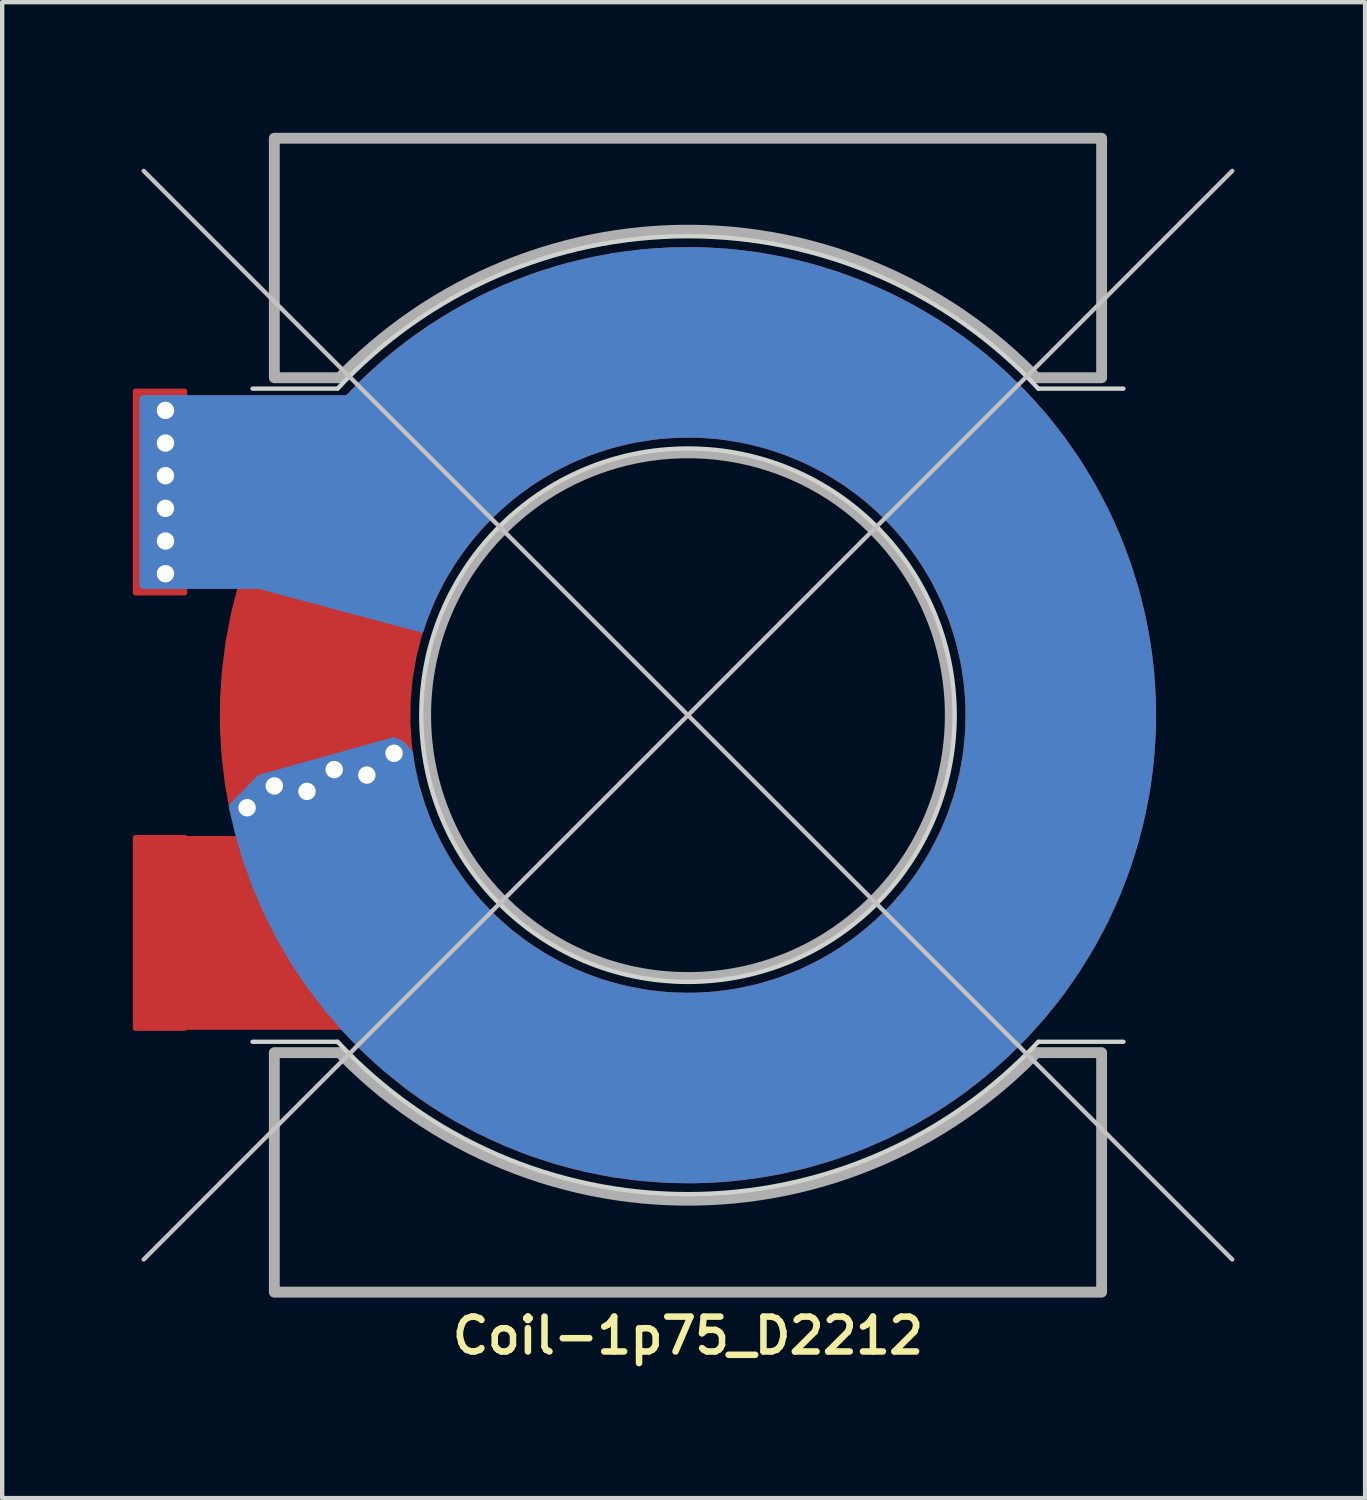
<source format=kicad_pcb>
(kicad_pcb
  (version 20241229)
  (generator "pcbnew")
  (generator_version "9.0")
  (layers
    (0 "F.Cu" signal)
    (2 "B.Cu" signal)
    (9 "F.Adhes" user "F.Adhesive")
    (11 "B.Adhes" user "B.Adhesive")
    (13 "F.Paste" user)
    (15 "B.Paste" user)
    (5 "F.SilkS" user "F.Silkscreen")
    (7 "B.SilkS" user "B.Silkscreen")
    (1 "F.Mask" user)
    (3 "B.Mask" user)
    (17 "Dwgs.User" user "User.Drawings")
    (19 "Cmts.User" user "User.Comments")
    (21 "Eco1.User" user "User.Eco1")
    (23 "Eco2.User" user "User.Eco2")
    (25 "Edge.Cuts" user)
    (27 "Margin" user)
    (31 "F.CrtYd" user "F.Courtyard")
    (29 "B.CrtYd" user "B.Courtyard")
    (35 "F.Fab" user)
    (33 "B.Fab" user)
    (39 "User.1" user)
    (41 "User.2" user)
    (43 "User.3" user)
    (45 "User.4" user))
  (footprint "Coil-1p75_D2212"
    (layer "F.Cu")
    (at 12.75 13.375)
    (property "Reference" "Coil-1p75_D2212" (at 0 14.25 0) (unlocked yes) (layer "F.SilkS") (effects (font (size 0.8 0.8) (thickness 0.15))))
    (attr through_hole)
    (fp_rect (start -11.75 2.875) (end -7.5 7.125) (stroke (width 0.2) (type solid)) (fill yes) (layer "F.Cu"))
    (fp_poly (pts (xy -6.158 1.65) (xy -6.09 1.893) (xy -5.922 2.368) (xy -5.716 2.828) (xy -5.475 3.27) (xy -5.2 3.692) (xy -4.892 4.091) (xy -4.554 4.465) (xy -4.187 4.811) (xy -3.794 5.126) (xy -3.378 5.41) (xy -2.94 5.659) (xy -2.484 5.874) (xy -2.012 6.052) (xy -1.528 6.192) (xy -1.035 6.293) (xy -0.535 6.355) (xy -0.031 6.377) (xy 0.473 6.36) (xy 0.973 6.303) (xy 1.468 6.206) (xy 1.953 6.071) (xy 2.426 5.898) (xy 2.885 5.688) (xy 3.325 5.442) (xy 3.744 5.163) (xy 4.14 4.851) (xy 4.51 4.509) (xy 4.852 4.139) (xy 5.164 3.743) (xy 5.443 3.324) (xy 5.688 2.883) (xy 5.898 2.425) (xy 6.071 1.952) (xy 6.207 1.467) (xy 6.303 0.972) (xy 6.36 0.471) (xy 6.377 -0.032) (xy 6.355 -0.536) (xy 6.293 -1.036) (xy 6.191 -1.529) (xy 6.051 -2.014) (xy 5.873 -2.485) (xy 5.659 -2.941) (xy 5.409 -3.379) (xy 5.125 -3.795) (xy 4.81 -4.188) (xy 4.464 -4.555) (xy 4.09 -4.893) (xy 3.691 -5.201) (xy 3.269 -5.476) (xy 2.827 -5.717) (xy 2.367 -5.922) (xy 1.892 -6.091) (xy 1.405 -6.221) (xy 0.909 -6.312) (xy 0.408 -6.364) (xy -0.096 -6.377) (xy -0.599 -6.349) (xy -1.098 -6.282) (xy -1.591 -6.176) (xy -2.074 -6.031) (xy -2.543 -5.848) (xy -2.997 -5.629) (xy -3.432 -5.375) (xy -3.846 -5.087) (xy -4.236 -4.768) (xy -4.599 -4.418) (xy -4.933 -4.042) (xy -5.237 -3.639) (xy -5.508 -3.215) (xy -5.745 -2.77) (xy -5.945 -2.307) (xy -6.109 -1.831) (xy -6.235 -1.343) (xy -6.321 -0.846) (xy -6.368 -0.345) (xy -6.376 0.159) (xy -6.343 0.662) (xy -6.271 1.161) (xy -6.625 1.5) (xy -10.25 2.5) (xy -10.483 2.381) (xy -10.52 2.222) (xy -10.636 1.579) (xy -10.712 0.93) (xy -10.749 0.278) (xy -10.746 -0.376) (xy -10.703 -1.028) (xy -10.621 -1.676) (xy -10.5 -2.318) (xy -10.34 -2.951) (xy -10.141 -3.574) (xy -9.905 -4.183) (xy -9.633 -4.777) (xy -9.325 -5.354) (xy -8.983 -5.91) (xy -8.607 -6.445) (xy -8.2 -6.956) (xy -7.762 -7.441) (xy -7.296 -7.899) (xy -6.803 -8.327) (xy -6.284 -8.725) (xy -5.743 -9.09) (xy -5.18 -9.422) (xy -4.598 -9.72) (xy -3.999 -9.981) (xy -3.386 -10.206) (xy -2.76 -10.392) (xy -2.123 -10.541) (xy -1.479 -10.65) (xy -0.83 -10.72) (xy -0.177 -10.751) (xy 0.476 -10.742) (xy 1.128 -10.693) (xy 1.775 -10.605) (xy 2.416 -10.477) (xy 3.048 -10.311) (xy 3.669 -10.107) (xy 4.276 -9.866) (xy 4.867 -9.588) (xy 5.441 -9.274) (xy 5.994 -8.927) (xy 6.525 -8.546) (xy 7.032 -8.134) (xy 7.513 -7.692) (xy 7.967 -7.221) (xy 8.391 -6.724) (xy 8.783 -6.202) (xy 9.144 -5.657) (xy 9.471 -5.091) (xy 9.762 -4.507) (xy 10.018 -3.906) (xy 10.237 -3.29) (xy 10.418 -2.662) (xy 10.56 -2.024) (xy 10.664 -1.379) (xy 10.728 -0.729) (xy 10.752 -0.076) (xy 10.737 0.577) (xy 10.682 1.228) (xy 10.588 1.875) (xy 10.454 2.514) (xy 10.282 3.145) (xy 10.072 3.764) (xy 9.825 4.368) (xy 9.542 4.957) (xy 9.223 5.527) (xy 8.87 6.077) (xy 8.485 6.605) (xy 8.068 7.108) (xy 7.621 7.585) (xy 7.146 8.034) (xy 6.645 8.453) (xy 6.12 8.841) (xy 5.571 9.197) (xy 5.002 9.518) (xy 4.415 9.804) (xy 3.811 10.054) (xy 3.194 10.267) (xy 2.564 10.442) (xy 1.925 10.579) (xy 1.279 10.676) (xy 0.628 10.734) (xy -0.025 10.752) (xy -0.678 10.731) (xy -1.328 10.67) (xy -1.974 10.57) (xy -2.612 10.43) (xy -3.241 10.252) (xy -3.858 10.037) (xy -4.46 9.784) (xy -5.046 9.495) (xy -5.614 9.171) (xy -6.16 8.813) (xy -6.684 8.422) (xy -7.184 8.001) (xy -7.656 7.55) (xy -8.101 7.071) (xy -8.515 6.566) (xy -8.898 6.036) (xy -9.248 5.485) (xy -9.565 4.913) (xy -9.845 4.323) (xy -10.09 3.717) (xy -10.297 3.097) (xy -10.384 2.782)) (stroke (width 0) (type solid)) (fill yes) (layer "F.Cu"))
    (fp_rect (start -12.5 -7.25) (end -7.5 -3) (stroke (width 0.2) (type solid)) (fill yes) (layer "B.Cu"))
    (fp_poly (pts (xy -6.75 0.5) (xy -6.5 0.625) (xy -6.316 0.848) (xy -6.282 1.097) (xy -6.176 1.59) (xy -6.031 2.073) (xy -5.849 2.542) (xy -5.63 2.996) (xy -5.376 3.431) (xy -5.088 3.845) (xy -4.769 4.235) (xy -4.419 4.598) (xy -4.043 4.933) (xy -3.64 5.236) (xy -3.216 5.507) (xy -2.771 5.744) (xy -2.309 5.945) (xy -1.832 6.109) (xy -1.344 6.234) (xy -0.848 6.321) (xy -0.346 6.368) (xy 0.158 6.376) (xy 0.661 6.343) (xy 1.16 6.271) (xy 1.651 6.16) (xy 2.132 6.01) (xy 2.6 5.823) (xy 3.052 5.6) (xy 3.485 5.341) (xy 3.895 5.05) (xy 4.282 4.726) (xy 4.642 4.373) (xy 4.973 3.993) (xy 5.272 3.588) (xy 5.539 3.161) (xy 5.771 2.713) (xy 5.968 2.249) (xy 6.127 1.771) (xy 6.247 1.282) (xy 6.329 0.785) (xy 6.371 0.282) (xy 6.374 -0.222) (xy 6.336 -0.724) (xy 6.259 -1.222) (xy 6.143 -1.712) (xy 5.989 -2.192) (xy 5.797 -2.658) (xy 5.569 -3.108) (xy 5.306 -3.538) (xy 5.011 -3.946) (xy 4.683 -4.329) (xy 4.327 -4.685) (xy 3.944 -5.012) (xy 3.536 -5.308) (xy 3.105 -5.57) (xy 2.656 -5.798) (xy 2.19 -5.99) (xy 1.71 -6.144) (xy 1.22 -6.26) (xy 0.722 -6.337) (xy 0.219 -6.374) (xy -0.285 -6.371) (xy -0.787 -6.329) (xy -1.284 -6.247) (xy -1.774 -6.126) (xy -2.252 -5.967) (xy -2.716 -5.77) (xy -3.163 -5.538) (xy -3.59 -5.271) (xy -3.995 -4.971) (xy -4.375 -4.64) (xy -4.728 -4.28) (xy -5.051 -3.893) (xy -5.343 -3.483) (xy -5.601 -3.05) (xy -5.824 -2.598) (xy -6.011 -2.13) (xy -6.088 -1.89) (xy -10.316 -3.023) (xy -10.222 -3.336) (xy -10 -3.951) (xy -9.742 -4.551) (xy -9.448 -5.134) (xy -9.118 -5.698) (xy -8.755 -6.242) (xy -8.36 -6.762) (xy -7.934 -7.257) (xy -7.479 -7.726) (xy -6.996 -8.166) (xy -6.487 -8.576) (xy -5.954 -8.954) (xy -5.399 -9.299) (xy -4.824 -9.61) (xy -4.232 -9.885) (xy -3.623 -10.124) (xy -3.002 -10.325) (xy -2.369 -10.488) (xy -1.728 -10.613) (xy -1.08 -10.698) (xy -0.428 -10.744) (xy 0.225 -10.75) (xy 0.878 -10.717) (xy 1.527 -10.644) (xy 2.171 -10.531) (xy 2.806 -10.38) (xy 3.432 -10.19) (xy 4.044 -9.963) (xy 4.642 -9.699) (xy 5.222 -9.399) (xy 5.784 -9.065) (xy 6.324 -8.697) (xy 6.84 -8.296) (xy 7.331 -7.866) (xy 7.796 -7.406) (xy 8.231 -6.919) (xy 8.636 -6.406) (xy 9.009 -5.87) (xy 9.349 -5.312) (xy 9.654 -4.734) (xy 9.924 -4.139) (xy 10.157 -3.528) (xy 10.353 -2.905) (xy 10.51 -2.271) (xy 10.629 -1.628) (xy 10.708 -0.98) (xy 10.748 -0.327) (xy 10.748 0.326) (xy 10.708 0.978) (xy 10.629 1.627) (xy 10.51 2.269) (xy 10.353 2.904) (xy 10.158 3.527) (xy 9.925 4.137) (xy 9.655 4.733) (xy 9.35 5.31) (xy 9.01 5.868) (xy 8.637 6.405) (xy 8.232 6.918) (xy 7.797 7.405) (xy 7.332 7.865) (xy 6.841 8.295) (xy 6.325 8.696) (xy 5.785 9.064) (xy 5.224 9.398) (xy 4.643 9.698) (xy 4.045 9.962) (xy 3.433 10.19) (xy 2.808 10.379) (xy 2.172 10.531) (xy 1.528 10.643) (xy 0.879 10.716) (xy 0.227 10.75) (xy -0.427 10.744) (xy -1.079 10.698) (xy -1.726 10.613) (xy -2.368 10.489) (xy -3.001 10.325) (xy -3.622 10.124) (xy -4.23 9.885) (xy -4.823 9.61) (xy -5.398 9.299) (xy -5.953 8.954) (xy -6.486 8.576) (xy -6.994 8.167) (xy -7.478 7.727) (xy -7.933 7.258) (xy -8.359 6.763) (xy -8.755 6.243) (xy -9.118 5.7) (xy -9.447 5.135) (xy -9.741 4.552) (xy -10 3.952) (xy -10.222 3.337) (xy -10.405 2.71) (xy -10.551 2.073) (xy -9.875 1.375)) (stroke (width 0) (type solid)) (fill yes) (layer "B.Cu"))
    (fp_line (start -12.5 -12.5) (end 12.5 12.5) (stroke (width 0.1) (type default)) (layer "Dwgs.User"))
    (fp_line (start -12.5 12.5) (end 12.5 -12.5) (stroke (width 0.1) (type default)) (layer "Dwgs.User"))
    (fp_line (start -8.047 7.5) (end -10 7.5) (stroke (width 0.1) (type default)) (layer "Edge.Cuts"))
    (fp_line (start -8.047 -7.5) (end -10 -7.5) (stroke (width 0.1) (type default)) (layer "Edge.Cuts"))
    (fp_line (start 8.047 7.5) (end 10 7.5) (stroke (width 0.1) (type default)) (layer "Edge.Cuts"))
    (fp_line (start 8.047 -7.5) (end 10 -7.5) (stroke (width 0.1) (type default)) (layer "Edge.Cuts"))
    (fp_arc (start -8.046781 -7.5) (mid 0 -11) (end 8.046781 -7.5) (stroke (width 0.1) (type default)) (layer "Edge.Cuts"))
    (fp_arc (start 8.046765 7.5) (mid -0.000016 11) (end -8.046797 7.5) (stroke (width 0.1) (type default)) (layer "Edge.Cuts"))
    (fp_circle (center 0 0) (end 6.125 0) (stroke (width 0.1) (type default)) (fill no) (layer "Edge.Cuts"))
    (fp_circle (center 0 0) (end 6 0) (stroke (width 0.2) (type solid)) (fill no) (layer "F.Fab"))
    (fp_poly (pts (xy -9.5 -7.75) (arc (start -8 -7.75) (mid 0 -11.138336) (end 8 -7.75)) (xy 9.5 -7.75) (xy 9.5 -13.25) (xy -9.5 -13.25)) (stroke (width 0.25) (type solid)) (fill no) (layer "F.Fab"))
    (fp_poly (pts (xy 9.5 7.75) (arc (start 8 7.75) (mid 0 11.138336) (end -8 7.75)) (xy -9.5 7.75) (xy -9.5 13.25) (xy 9.5 13.25)) (stroke (width 0.25) (type solid)) (fill no) (layer "F.Fab"))
    (pad "Coil" thru_hole circle (at -10.125 2.125) (size 0.6 0.6) (drill 0.4) (layers "*.Cu"))
    (pad "Coil" thru_hole circle (at -9.5 1.625) (size 0.6 0.6) (drill 0.4) (layers "*.Cu"))
    (pad "Coil" thru_hole circle (at -8.75 1.75) (size 0.6 0.6) (drill 0.4) (layers "*.Cu"))
    (pad "Coil" thru_hole circle (at -8.125 1.25) (size 0.6 0.6) (drill 0.4) (layers "*.Cu"))
    (pad "Coil" thru_hole circle (at -7.375 1.375) (size 0.6 0.6) (drill 0.4) (layers "*.Cu"))
    (pad "Coil" thru_hole circle (at -6.75 0.875) (size 0.6 0.6) (drill 0.4) (layers "*.Cu"))
    (pad "E" smd roundrect (at -12.125 5) (size 1.25 4.5) (layers "F.Cu") (roundrect_rratio 0.05))
    (pad "F" smd roundrect (at -12.125 -5.125) (size 1.25 4.75) (layers "F.Cu") (roundrect_rratio 0.05))
    (pad "F" thru_hole circle (at -12 -7) (size 0.6 0.6) (drill 0.4) (layers "*.Cu"))
    (pad "F" thru_hole circle (at -12 -6.25) (size 0.6 0.6) (drill 0.4) (layers "*.Cu"))
    (pad "F" thru_hole circle (at -12 -5.5) (size 0.6 0.6) (drill 0.4) (layers "*.Cu"))
    (pad "F" thru_hole circle (at -12 -4.75) (size 0.6 0.6) (drill 0.4) (layers "*.Cu"))
    (pad "F" thru_hole circle (at -12 -4) (size 0.6 0.6) (drill 0.4) (layers "*.Cu"))
    (pad "F" thru_hole circle (at -12 -3.25) (size 0.6 0.6) (drill 0.4) (layers "*.Cu")))
  (gr_rect
    (start -3 -3)
    (end 28.3 31.356)
    (stroke (width 0.1) (type default))
    (fill no)
    (layer "Edge.Cuts")))
</source>
